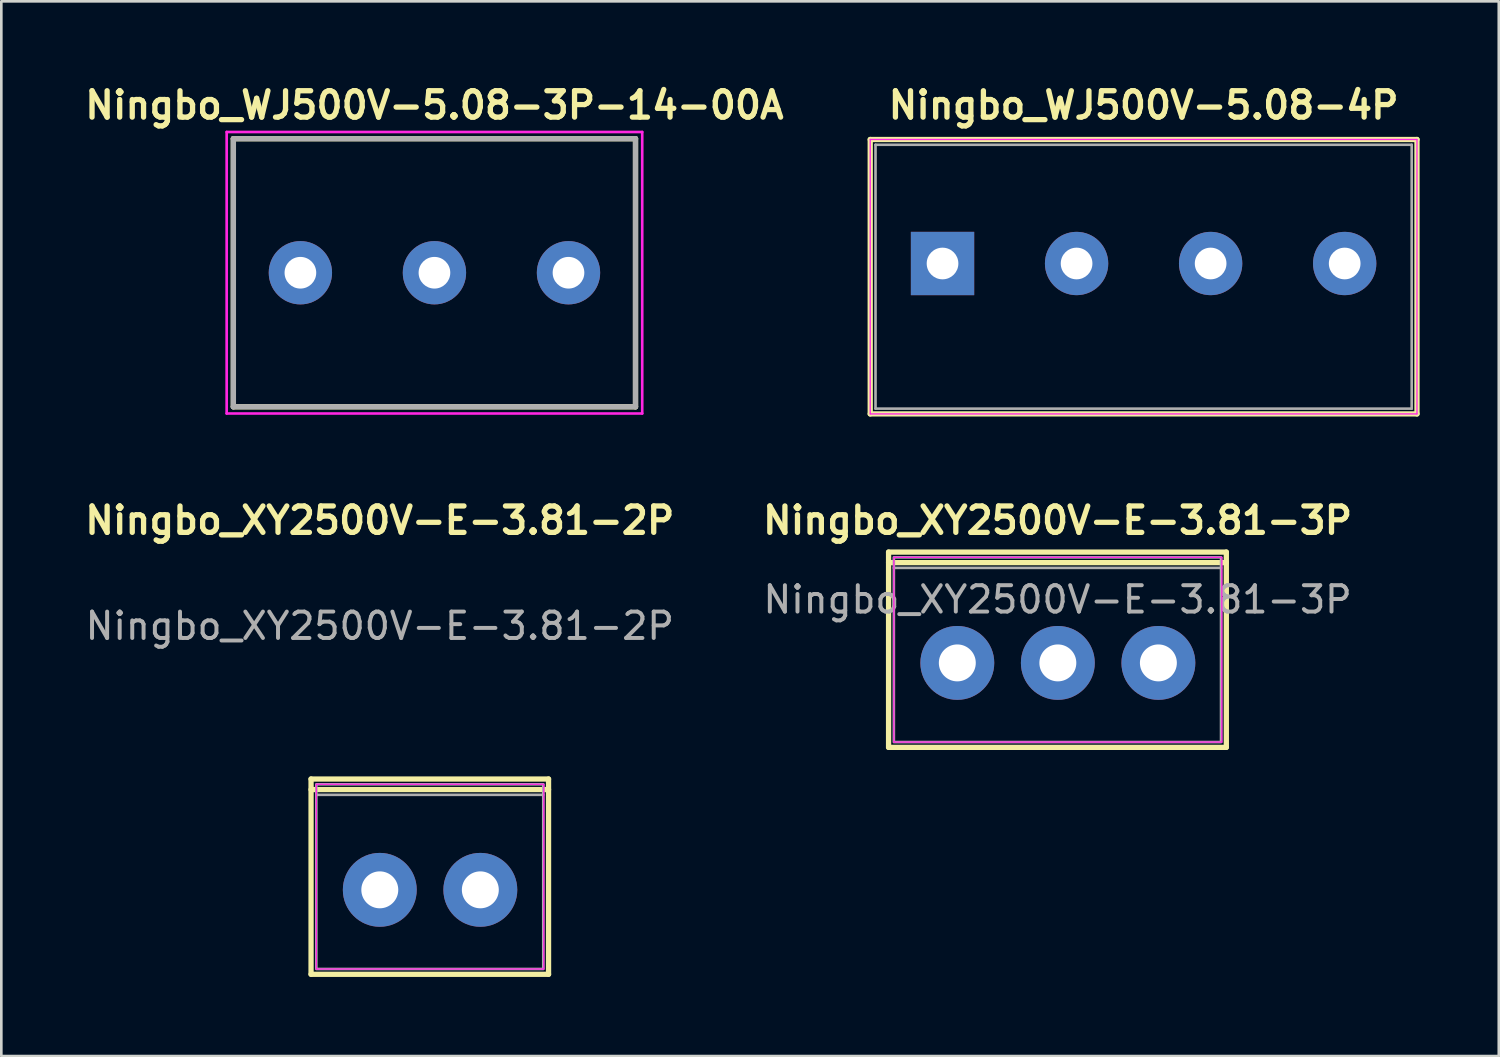
<source format=kicad_pcb>
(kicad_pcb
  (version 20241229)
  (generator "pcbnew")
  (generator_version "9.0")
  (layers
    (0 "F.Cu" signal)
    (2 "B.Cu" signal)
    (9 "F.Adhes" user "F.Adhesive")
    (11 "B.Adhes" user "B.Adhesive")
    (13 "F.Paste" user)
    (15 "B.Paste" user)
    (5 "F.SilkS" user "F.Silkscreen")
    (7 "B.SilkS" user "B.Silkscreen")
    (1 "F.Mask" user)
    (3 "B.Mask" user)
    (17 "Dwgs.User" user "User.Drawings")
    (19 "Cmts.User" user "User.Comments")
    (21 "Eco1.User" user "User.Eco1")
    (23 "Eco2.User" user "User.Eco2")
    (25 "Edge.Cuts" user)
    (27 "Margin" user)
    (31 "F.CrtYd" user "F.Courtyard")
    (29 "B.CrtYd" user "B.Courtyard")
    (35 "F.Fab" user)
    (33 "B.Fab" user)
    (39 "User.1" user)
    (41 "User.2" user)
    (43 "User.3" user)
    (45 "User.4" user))
  (footprint "Ningbo_XY2500V-E-3.81-3P"
    (layer "F.Cu")
    (at 33.229 22.072)
    (property "Reference" "Ningbo_XY2500V-E-3.81-3P" (at 3.8 -5.4 0) (unlocked yes) (layer "F.SilkS") (effects (font (size 1 1) (thickness 0.2))))
    (attr through_hole)
    (fp_line (start -2.605 -4.2) (end -2.605 3.2) (stroke (width 0.2) (type default)) (layer "F.SilkS"))
    (fp_line (start -2.605 -3.8) (end 10.195 -3.8) (stroke (width 0.2) (type default)) (layer "F.SilkS"))
    (fp_line (start -2.605 3.2) (end 10.195 3.2) (stroke (width 0.2) (type default)) (layer "F.SilkS"))
    (fp_line (start 10.195 -4.2) (end -2.605 -4.2) (stroke (width 0.2) (type default)) (layer "F.SilkS"))
    (fp_line (start 10.195 3.2) (end 10.195 -4.2) (stroke (width 0.2) (type default)) (layer "F.SilkS"))
    (fp_line (start -2.405 -4) (end -2.405 3) (stroke (width 0.05) (type default)) (layer "F.CrtYd"))
    (fp_line (start -2.405 3) (end 10.025 3) (stroke (width 0.05) (type default)) (layer "F.CrtYd"))
    (fp_line (start 10.025 -4) (end -2.405 -4) (stroke (width 0.05) (type default)) (layer "F.CrtYd"))
    (fp_line (start 10.025 3) (end 10.025 -4) (stroke (width 0.05) (type default)) (layer "F.CrtYd"))
    (fp_line (start -2.405 -3.6) (end 9.995 -3.6) (stroke (width 0.1) (type default)) (layer "F.Fab"))
    (fp_rect (start -2.405 -4) (end 9.995 3) (stroke (width 0.1) (type default)) (fill no) (layer "F.Fab"))
    (fp_text user "${REFERENCE}" (at 3.8 -2.4 0) (unlocked yes) (layer "F.Fab") (effects (font (size 1 1) (thickness 0.15))))
    (pad "1" thru_hole circle (at 0 0) (size 2.8 2.8) (drill 1.4) (layers "*.Cu" "*.Mask"))
    (pad "2" thru_hole circle (at 3.81 0) (size 2.8 2.8) (drill 1.4) (layers "*.Cu" "*.Mask"))
    (pad "3" thru_hole circle (at 7.62 0) (size 2.8 2.8) (drill 1.4) (layers "*.Cu" "*.Mask")))
  (footprint "Ningbo_WJ500V-5.08-3P-14-00A"
    (layer "F.Cu")
    (at 8.334 7.286)
    (property "Reference" "Ningbo_WJ500V-5.08-3P-14-00A" (at 5.08 -6.35 0) (layer "F.SilkS") (effects (font (size 1 1) (thickness 0.2))))
    (attr through_hole)
    (fp_line (start -2.54 -5.08) (end -2.54 5.08) (stroke (width 0.2) (type solid)) (layer "F.SilkS"))
    (fp_line (start -2.54 5.08) (end 12.7 5.08) (stroke (width 0.2) (type solid)) (layer "F.SilkS"))
    (fp_line (start 12.7 -5.08) (end -2.54 -5.08) (stroke (width 0.2) (type solid)) (layer "F.SilkS"))
    (fp_line (start 12.7 5.08) (end 12.7 -5.08) (stroke (width 0.2) (type solid)) (layer "F.SilkS"))
    (fp_line (start -2.794 -5.334) (end 12.954 -5.334) (stroke (width 0.1) (type solid)) (layer "F.CrtYd"))
    (fp_line (start -2.794 5.334) (end -2.794 -5.334) (stroke (width 0.1) (type solid)) (layer "F.CrtYd"))
    (fp_line (start 12.954 -5.334) (end 12.954 5.334) (stroke (width 0.1) (type solid)) (layer "F.CrtYd"))
    (fp_line (start 12.954 5.334) (end -2.794 5.334) (stroke (width 0.1) (type solid)) (layer "F.CrtYd"))
    (fp_line (start -2.54 -5.08) (end 12.7 -5.08) (stroke (width 0.2) (type solid)) (layer "F.Fab"))
    (fp_line (start -2.54 5.08) (end -2.54 -5.08) (stroke (width 0.2) (type solid)) (layer "F.Fab"))
    (fp_line (start 12.7 -5.08) (end 12.7 5.08) (stroke (width 0.2) (type solid)) (layer "F.Fab"))
    (fp_line (start 12.7 5.08) (end -2.54 5.08) (stroke (width 0.2) (type solid)) (layer "F.Fab"))
    (pad "1" thru_hole circle (at 0 0) (size 2.4 2.4) (drill 1.2) (layers "*.Cu" "*.Mask"))
    (pad "2" thru_hole circle (at 5.08 0) (size 2.4 2.4) (drill 1.2) (layers "*.Cu" "*.Mask"))
    (pad "3" thru_hole circle (at 10.16 0) (size 2.4 2.4) (drill 1.2) (layers "*.Cu" "*.Mask")))
  (footprint "Ningbo_WJ500V-5.08-4P"
    (layer "F.Cu")
    (at 40.289 7.436)
    (property "Reference" "Ningbo_WJ500V-5.08-4P" (at 0 -6.5 0) (layer "F.SilkS") (effects (font (size 1 1) (thickness 0.2))))
    (attr through_hole)
    (fp_line (start -10.36 -5.2) (end 10.36 -5.2) (stroke (width 0.2) (type solid)) (layer "F.SilkS"))
    (fp_line (start -10.36 5.2) (end -10.36 -5.2) (stroke (width 0.2) (type solid)) (layer "F.SilkS"))
    (fp_line (start 10.36 -5.2) (end 10.36 5.2) (stroke (width 0.2) (type solid)) (layer "F.SilkS"))
    (fp_line (start 10.36 5.2) (end -10.36 5.2) (stroke (width 0.2) (type solid)) (layer "F.SilkS"))
    (fp_line (start -10.36 -5.2) (end 10.36 -5.2) (stroke (width 0.05) (type solid)) (layer "F.CrtYd"))
    (fp_line (start -10.36 5.2) (end -10.36 -5.2) (stroke (width 0.05) (type solid)) (layer "F.CrtYd"))
    (fp_line (start 10.36 -5.2) (end 10.36 5.2) (stroke (width 0.05) (type solid)) (layer "F.CrtYd"))
    (fp_line (start 10.36 5.2) (end -10.36 5.2) (stroke (width 0.05) (type solid)) (layer "F.CrtYd"))
    (fp_line (start -10.16 -5) (end -10.16 5) (stroke (width 0.1) (type solid)) (layer "F.Fab"))
    (fp_line (start -10.16 5) (end 10.16 5) (stroke (width 0.1) (type solid)) (layer "F.Fab"))
    (fp_line (start 10.16 -5) (end -10.16 -5) (stroke (width 0.1) (type solid)) (layer "F.Fab"))
    (fp_line (start 10.16 5) (end 10.16 -5) (stroke (width 0.1) (type solid)) (layer "F.Fab"))
    (pad "1" thru_hole rect (at -7.62 -0.5) (size 2.4 2.4) (drill 1.2) (layers "*.Cu" "*.Mask"))
    (pad "2" thru_hole circle (at -2.54 -0.5) (size 2.4 2.4) (drill 1.2) (layers "*.Cu" "*.Mask"))
    (pad "3" thru_hole circle (at 2.54 -0.5) (size 2.4 2.4) (drill 1.2) (layers "*.Cu" "*.Mask"))
    (pad "4" thru_hole circle (at 7.62 -0.5) (size 2.4 2.4) (drill 1.2) (layers "*.Cu" "*.Mask")))
  (footprint "Ningbo_XY2500V-E-3.81-2P"
    (layer "F.Cu")
    (at 11.343 30.672)
    (property "Reference" "Ningbo_XY2500V-E-3.81-2P" (at 0 -14 0) (unlocked yes) (layer "F.SilkS") (effects (font (size 1 1) (thickness 0.2))))
    (attr through_hole)
    (fp_line (start -2.605 -4.2) (end -2.605 3.2) (stroke (width 0.2) (type default)) (layer "F.SilkS"))
    (fp_line (start -2.605 -3.8) (end 6.395 -3.8) (stroke (width 0.2) (type default)) (layer "F.SilkS"))
    (fp_line (start -2.605 3.2) (end 6.395 3.2) (stroke (width 0.2) (type default)) (layer "F.SilkS"))
    (fp_line (start 6.395 -4.2) (end -2.605 -4.2) (stroke (width 0.2) (type default)) (layer "F.SilkS"))
    (fp_line (start 6.395 3.2) (end 6.395 -4.2) (stroke (width 0.2) (type default)) (layer "F.SilkS"))
    (fp_line (start -2.405 -4) (end -2.405 3) (stroke (width 0.05) (type default)) (layer "F.CrtYd"))
    (fp_line (start -2.405 3) (end 6.215 3) (stroke (width 0.05) (type default)) (layer "F.CrtYd"))
    (fp_line (start 6.215 -4) (end -2.405 -4) (stroke (width 0.05) (type default)) (layer "F.CrtYd"))
    (fp_line (start 6.215 3) (end 6.215 -4) (stroke (width 0.05) (type default)) (layer "F.CrtYd"))
    (fp_line (start -2.405 -3.6) (end 6.195 -3.6) (stroke (width 0.1) (type default)) (layer "F.Fab"))
    (fp_rect (start -2.405 3) (end 6.195 -4) (stroke (width 0.1) (type default)) (fill no) (layer "F.Fab"))
    (fp_text user "${REFERENCE}" (at 0 -10 0) (unlocked yes) (layer "F.Fab") (effects (font (size 1 1) (thickness 0.15))))
    (pad "1" thru_hole circle (at 0 0) (size 2.8 2.8) (drill 1.4) (layers "*.Cu" "*.Mask"))
    (pad "2" thru_hole circle (at 3.81 0) (size 2.8 2.8) (drill 1.4) (layers "*.Cu" "*.Mask")))
  (gr_rect
    (start -3 -3)
    (end 53.749 36.972)
    (stroke (width 0.1) (type default))
    (fill no)
    (layer "Edge.Cuts")))
</source>
